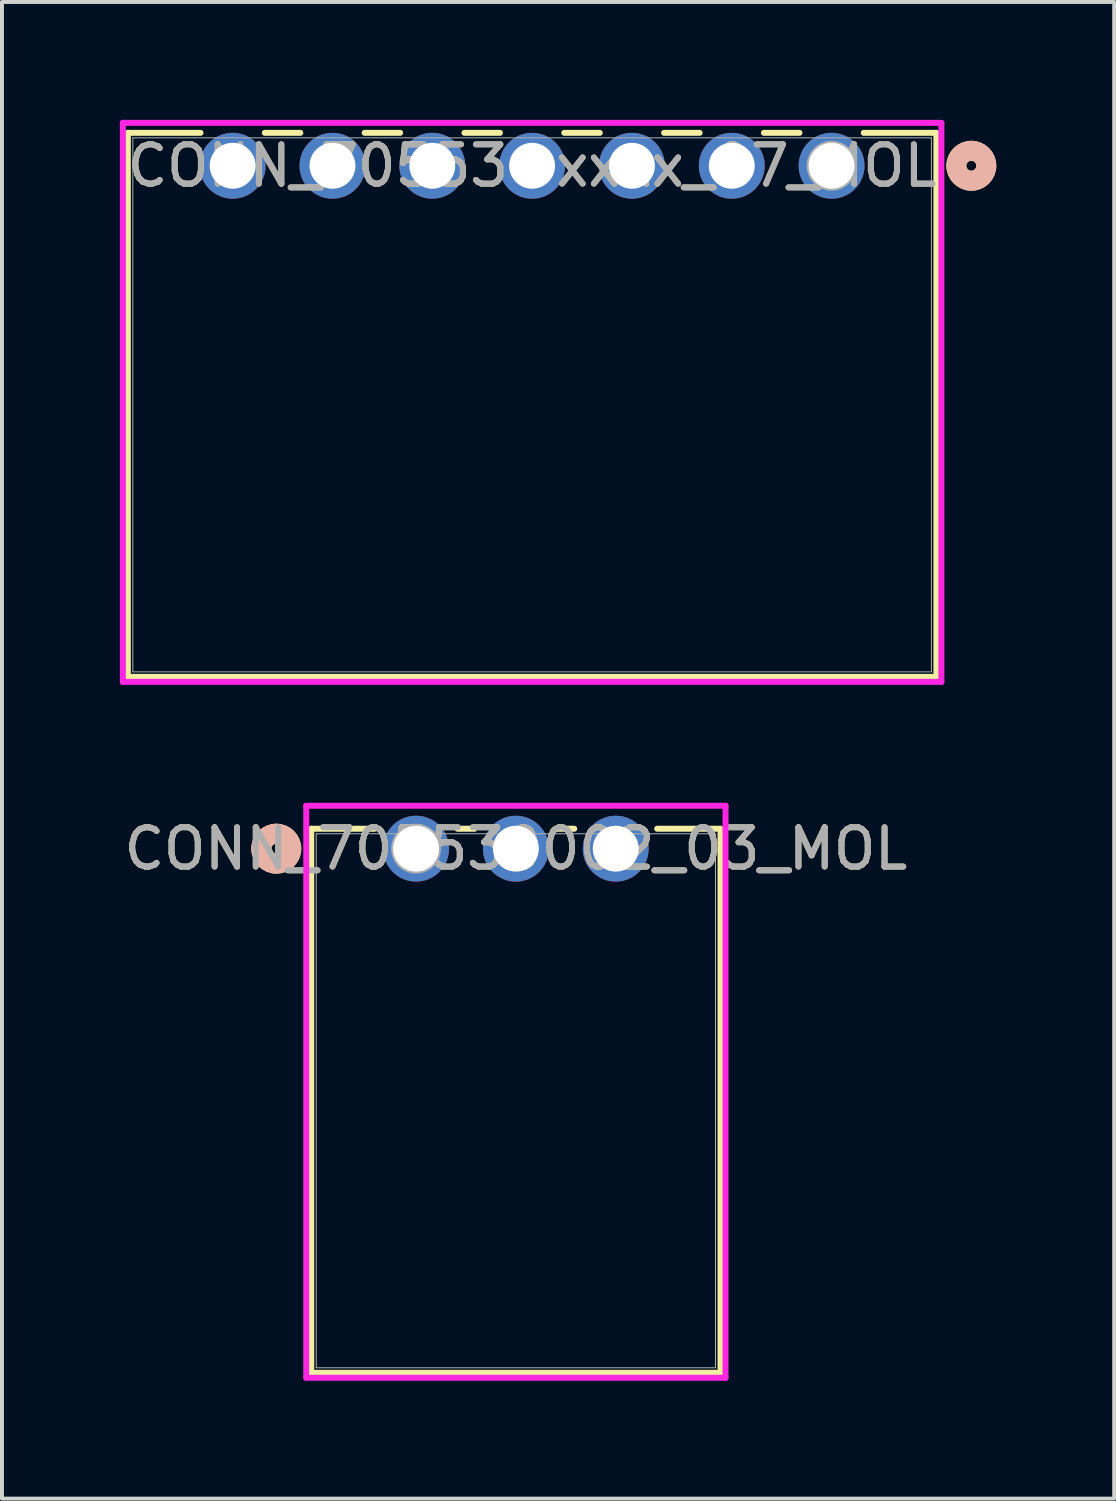
<source format=kicad_pcb>
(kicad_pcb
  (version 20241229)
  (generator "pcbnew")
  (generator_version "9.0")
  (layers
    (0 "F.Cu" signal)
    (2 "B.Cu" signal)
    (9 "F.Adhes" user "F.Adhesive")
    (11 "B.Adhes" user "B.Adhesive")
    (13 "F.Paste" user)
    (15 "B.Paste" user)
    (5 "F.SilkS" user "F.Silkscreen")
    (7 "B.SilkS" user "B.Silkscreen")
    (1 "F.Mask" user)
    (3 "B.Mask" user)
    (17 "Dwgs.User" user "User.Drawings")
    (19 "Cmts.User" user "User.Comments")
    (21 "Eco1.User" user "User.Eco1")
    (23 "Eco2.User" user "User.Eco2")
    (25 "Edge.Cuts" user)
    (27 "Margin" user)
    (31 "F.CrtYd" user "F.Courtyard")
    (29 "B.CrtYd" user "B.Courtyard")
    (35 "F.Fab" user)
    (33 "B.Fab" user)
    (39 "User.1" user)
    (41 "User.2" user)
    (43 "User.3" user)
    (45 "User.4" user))
  (footprint "CONN_705530002_03_MOL"
    (layer "F.Cu")
    (at 7.537 18.545)
    (property "Reference" "CONN_705530002_03_MOL" (at 2.54 0 0) (unlocked yes) (layer "F.SilkS") (effects (font (size 1 1) (thickness 0.15))))
    (attr through_hole)
    (fp_line (start -2.667 -0.507) (end -2.667 13.336) (stroke (width 0.152) (type solid)) (layer "F.SilkS"))
    (fp_line (start -2.667 13.336) (end 7.747 13.336) (stroke (width 0.152) (type solid)) (layer "F.SilkS"))
    (fp_line (start -1.055 -0.507) (end -2.667 -0.507) (stroke (width 0.152) (type solid)) (layer "F.SilkS"))
    (fp_line (start 1.485 -0.507) (end 1.055 -0.507) (stroke (width 0.152) (type solid)) (layer "F.SilkS"))
    (fp_line (start 4.025 -0.507) (end 3.595 -0.507) (stroke (width 0.152) (type solid)) (layer "F.SilkS"))
    (fp_line (start 7.747 -0.507) (end 6.135 -0.507) (stroke (width 0.152) (type solid)) (layer "F.SilkS"))
    (fp_line (start 7.747 13.336) (end 7.747 -0.507) (stroke (width 0.152) (type solid)) (layer "F.SilkS"))
    (fp_circle (center -3.556 0) (end -3.175 0) (stroke (width 0.508) (type solid)) (fill no) (layer "F.SilkS"))
    (fp_circle (center -3.556 0) (end -3.175 0) (stroke (width 0.508) (type solid)) (fill no) (layer "B.SilkS"))
    (fp_line (start -2.794 -1.092) (end -2.794 13.463) (stroke (width 0.152) (type solid)) (layer "F.CrtYd"))
    (fp_line (start -2.794 13.463) (end 7.874 13.463) (stroke (width 0.152) (type solid)) (layer "F.CrtYd"))
    (fp_line (start 7.874 -1.092) (end -2.794 -1.092) (stroke (width 0.152) (type solid)) (layer "F.CrtYd"))
    (fp_line (start 7.874 13.463) (end 7.874 -1.092) (stroke (width 0.152) (type solid)) (layer "F.CrtYd"))
    (fp_line (start -2.54 -0.38) (end -2.54 13.209) (stroke (width 0.025) (type solid)) (layer "F.Fab"))
    (fp_line (start -2.54 13.209) (end 7.62 13.209) (stroke (width 0.025) (type solid)) (layer "F.Fab"))
    (fp_line (start 7.62 -0.38) (end -2.54 -0.38) (stroke (width 0.025) (type solid)) (layer "F.Fab"))
    (fp_line (start 7.62 13.209) (end 7.62 -0.38) (stroke (width 0.025) (type solid)) (layer "F.Fab"))
    (fp_circle (center 0 0) (end 0.381 0) (stroke (width 0.508) (type solid)) (fill no) (layer "F.Fab"))
    (fp_text user "${REFERENCE}" (at 2.54 0 0) (unlocked yes) (layer "F.Fab") (effects (font (size 1 1) (thickness 0.15))))
    (pad "1" thru_hole circle (at 0 0) (size 1.676 1.676) (drill 1.168) (layers "*.Cu" "*.Mask"))
    (pad "2" thru_hole circle (at 2.54 0) (size 1.676 1.676) (drill 1.168) (layers "*.Cu" "*.Mask"))
    (pad "3" thru_hole circle (at 5.08 0) (size 1.676 1.676) (drill 1.168) (layers "*.Cu" "*.Mask")))
  (footprint "CONN_70553-xxxx_07_MOL"
    (layer "F.Cu")
    (at 18.11 1.168)
    (property "Reference" "CONN_70553-xxxx_07_MOL" (at -7.62 0 0) (unlocked yes) (layer "F.SilkS") (effects (font (size 1 1) (thickness 0.15))))
    (attr through_hole)
    (fp_line (start -17.907 -0.838) (end -17.907 13.005) (stroke (width 0.152) (type solid)) (layer "F.SilkS"))
    (fp_line (start -17.907 13.005) (end 2.667 13.005) (stroke (width 0.152) (type solid)) (layer "F.SilkS"))
    (fp_line (start -16.058 -0.838) (end -17.907 -0.838) (stroke (width 0.152) (type solid)) (layer "F.SilkS"))
    (fp_line (start -13.518 -0.838) (end -14.422 -0.838) (stroke (width 0.152) (type solid)) (layer "F.SilkS"))
    (fp_line (start -10.978 -0.838) (end -11.882 -0.838) (stroke (width 0.152) (type solid)) (layer "F.SilkS"))
    (fp_line (start -8.438 -0.838) (end -9.342 -0.838) (stroke (width 0.152) (type solid)) (layer "F.SilkS"))
    (fp_line (start -5.898 -0.838) (end -6.802 -0.838) (stroke (width 0.152) (type solid)) (layer "F.SilkS"))
    (fp_line (start -3.358 -0.838) (end -4.262 -0.838) (stroke (width 0.152) (type solid)) (layer "F.SilkS"))
    (fp_line (start -0.818 -0.838) (end -1.722 -0.838) (stroke (width 0.152) (type solid)) (layer "F.SilkS"))
    (fp_line (start 2.667 -0.838) (end 0.818 -0.838) (stroke (width 0.152) (type solid)) (layer "F.SilkS"))
    (fp_line (start 2.667 13.005) (end 2.667 -0.838) (stroke (width 0.152) (type solid)) (layer "F.SilkS"))
    (fp_circle (center 3.556 0) (end 3.937 0) (stroke (width 0.508) (type solid)) (fill no) (layer "F.SilkS"))
    (fp_circle (center 3.556 0) (end 3.937 0) (stroke (width 0.508) (type solid)) (fill no) (layer "B.SilkS"))
    (fp_line (start -18.034 -1.092) (end -18.034 13.132) (stroke (width 0.152) (type solid)) (layer "F.CrtYd"))
    (fp_line (start -18.034 13.132) (end 2.794 13.132) (stroke (width 0.152) (type solid)) (layer "F.CrtYd"))
    (fp_line (start 2.794 -1.092) (end -18.034 -1.092) (stroke (width 0.152) (type solid)) (layer "F.CrtYd"))
    (fp_line (start 2.794 13.132) (end 2.794 -1.092) (stroke (width 0.152) (type solid)) (layer "F.CrtYd"))
    (fp_line (start -17.78 -0.711) (end -17.78 12.878) (stroke (width 0.025) (type solid)) (layer "F.Fab"))
    (fp_line (start -17.78 12.878) (end 2.54 12.878) (stroke (width 0.025) (type solid)) (layer "F.Fab"))
    (fp_line (start 2.54 -0.711) (end -17.78 -0.711) (stroke (width 0.025) (type solid)) (layer "F.Fab"))
    (fp_line (start 2.54 12.878) (end 2.54 -0.711) (stroke (width 0.025) (type solid)) (layer "F.Fab"))
    (fp_circle (center 0 0) (end 0.381 0) (stroke (width 0.508) (type solid)) (fill no) (layer "F.Fab"))
    (fp_text user "${REFERENCE}" (at -7.62 0 0) (unlocked yes) (layer "F.Fab") (effects (font (size 1 1) (thickness 0.15))))
    (pad "1" thru_hole circle (at 0 0) (size 1.676 1.676) (drill 1.168) (layers "*.Cu" "*.Mask"))
    (pad "2" thru_hole circle (at -2.54 0) (size 1.676 1.676) (drill 1.168) (layers "*.Cu" "*.Mask"))
    (pad "3" thru_hole circle (at -5.08 0) (size 1.676 1.676) (drill 1.168) (layers "*.Cu" "*.Mask"))
    (pad "4" thru_hole circle (at -7.62 0) (size 1.676 1.676) (drill 1.168) (layers "*.Cu" "*.Mask"))
    (pad "5" thru_hole circle (at -10.16 0) (size 1.676 1.676) (drill 1.168) (layers "*.Cu" "*.Mask"))
    (pad "6" thru_hole circle (at -12.7 0) (size 1.676 1.676) (drill 1.168) (layers "*.Cu" "*.Mask"))
    (pad "7" thru_hole circle (at -15.24 0) (size 1.676 1.676) (drill 1.168) (layers "*.Cu" "*.Mask")))
  (gr_rect
    (start -3 -3)
    (end 25.301 35.084)
    (stroke (width 0.1) (type default))
    (fill no)
    (layer "Edge.Cuts")))
</source>
